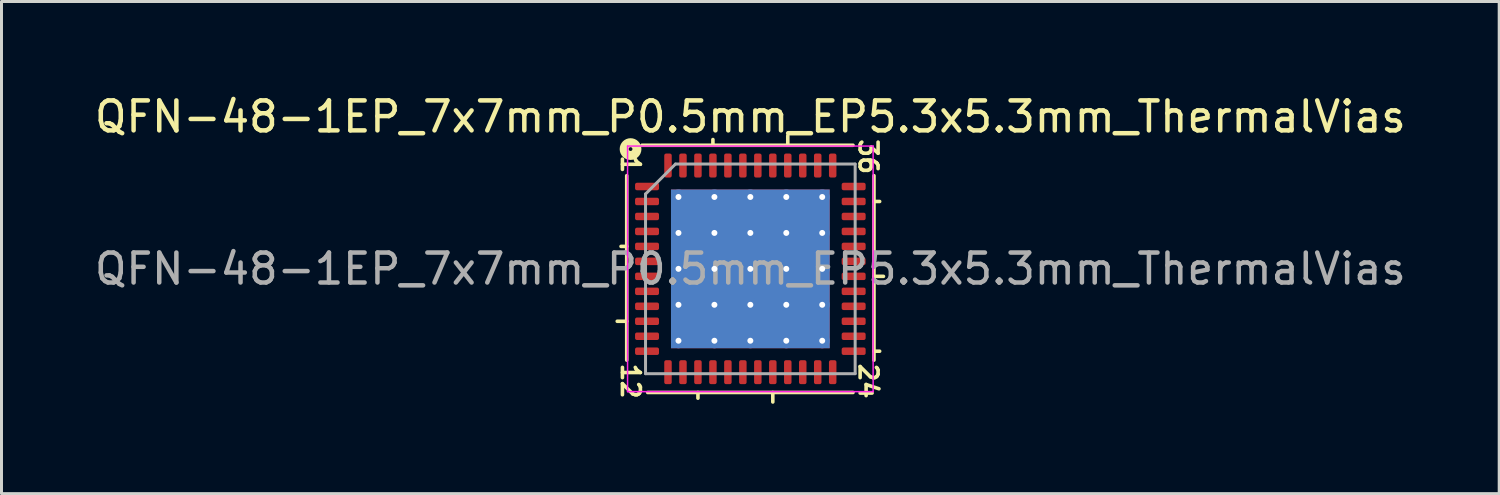
<source format=kicad_pcb>
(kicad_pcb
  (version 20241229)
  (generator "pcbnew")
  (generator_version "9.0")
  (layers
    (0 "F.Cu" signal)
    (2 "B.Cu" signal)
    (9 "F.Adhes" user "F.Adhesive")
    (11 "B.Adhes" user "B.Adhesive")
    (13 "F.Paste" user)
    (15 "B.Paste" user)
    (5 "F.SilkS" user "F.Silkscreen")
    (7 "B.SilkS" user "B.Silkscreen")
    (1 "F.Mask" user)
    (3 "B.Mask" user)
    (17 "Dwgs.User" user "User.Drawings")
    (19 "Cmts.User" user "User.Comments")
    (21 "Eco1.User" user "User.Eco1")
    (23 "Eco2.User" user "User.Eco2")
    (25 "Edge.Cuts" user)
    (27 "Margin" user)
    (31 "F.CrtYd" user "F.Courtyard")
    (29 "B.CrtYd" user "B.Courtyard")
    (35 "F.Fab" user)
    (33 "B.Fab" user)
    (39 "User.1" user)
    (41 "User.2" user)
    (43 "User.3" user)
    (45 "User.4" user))
  (footprint "QFN-48-1EP_7x7mm_P0.5mm_EP5.3x5.3mm_ThermalVias"
    (layer "F.Cu")
    (at 22.006 5.928)
    (property "Reference" "QFN-48-1EP_7x7mm_P0.5mm_EP5.3x5.3mm_ThermalVias" (at 0 -5.08 0) (layer "F.SilkS") (effects (font (size 1 1) (thickness 0.15))))
    (attr smd)
    (fp_line (start -4.128 -3.111) (end -4.128 3.048) (stroke (width 0.12) (type solid)) (layer "F.SilkS"))
    (fp_line (start -4.128 -0.75) (end -4.318 -0.75) (stroke (width 0.12) (type solid)) (layer "F.SilkS"))
    (fp_line (start -4.128 1.75) (end -4.445 1.75) (stroke (width 0.12) (type solid)) (layer "F.SilkS"))
    (fp_line (start -3.429 4.128) (end 3.429 4.128) (stroke (width 0.12) (type solid)) (layer "F.SilkS"))
    (fp_line (start -1.75 4.128) (end -1.75 4.318) (stroke (width 0.12) (type solid)) (layer "F.SilkS"))
    (fp_line (start -1.25 -4.128) (end -1.25 -4.318) (stroke (width 0.12) (type solid)) (layer "F.SilkS"))
    (fp_line (start 0.75 4.128) (end 0.75 4.445) (stroke (width 0.12) (type solid)) (layer "F.SilkS"))
    (fp_line (start 1.25 -4.128) (end 1.25 -4.445) (stroke (width 0.12) (type solid)) (layer "F.SilkS"))
    (fp_line (start 3.429 -4.128) (end -3.619 -4.128) (stroke (width 0.12) (type solid)) (layer "F.SilkS"))
    (fp_line (start 4.128 -2.25) (end 4.318 -2.25) (stroke (width 0.12) (type solid)) (layer "F.SilkS"))
    (fp_line (start 4.128 0.25) (end 4.445 0.25) (stroke (width 0.12) (type solid)) (layer "F.SilkS"))
    (fp_line (start 4.128 2.75) (end 4.318 2.75) (stroke (width 0.12) (type solid)) (layer "F.SilkS"))
    (fp_line (start 4.128 3.048) (end 4.128 -3.111) (stroke (width 0.12) (type solid)) (layer "F.SilkS"))
    (fp_circle (center -4 -4) (end -3.937 -4) (stroke (width 0.3) (type solid)) (fill no) (layer "F.SilkS"))
    (fp_line (start -4.1 -4.1) (end -4.1 4.1) (stroke (width 0.05) (type solid)) (layer "F.CrtYd"))
    (fp_line (start -4.1 4.1) (end 4.1 4.1) (stroke (width 0.05) (type solid)) (layer "F.CrtYd"))
    (fp_line (start 4.1 -4.1) (end -4.1 -4.1) (stroke (width 0.05) (type solid)) (layer "F.CrtYd"))
    (fp_line (start 4.1 4.1) (end 4.1 -4.1) (stroke (width 0.05) (type solid)) (layer "F.CrtYd"))
    (fp_line (start -3.5 -2.5) (end -2.5 -3.5) (stroke (width 0.1) (type solid)) (layer "F.Fab"))
    (fp_line (start -3.5 3.5) (end -3.5 -2.5) (stroke (width 0.1) (type solid)) (layer "F.Fab"))
    (fp_line (start -2.5 -3.5) (end 3.5 -3.5) (stroke (width 0.1) (type solid)) (layer "F.Fab"))
    (fp_line (start 3.5 -3.5) (end 3.5 3.5) (stroke (width 0.1) (type solid)) (layer "F.Fab"))
    (fp_line (start 3.5 3.5) (end -3.5 3.5) (stroke (width 0.1) (type solid)) (layer "F.Fab"))
    (fp_text user "1" (at -4 -3.493 270) (unlocked yes) (layer "F.SilkS") (effects (font (size 0.6 0.6) (thickness 0.12))))
    (fp_text user "36" (at 3.937 -3.747 270) (unlocked yes) (layer "F.SilkS") (effects (font (size 0.6 0.6) (thickness 0.12))))
    (fp_text user "12" (at -4 3.747 270) (unlocked yes) (layer "F.SilkS") (effects (font (size 0.6 0.6) (thickness 0.12))))
    (fp_text user "24" (at 3.937 3.747 270) (unlocked yes) (layer "F.SilkS") (effects (font (size 0.6 0.6) (thickness 0.12))))
    (fp_text user "${REFERENCE}" (at 0 0 0) (layer "F.Fab") (effects (font (size 1 1) (thickness 0.15))))
    (pad "" smd roundrect (at -1.8 -1.8) (size 1.026 1.026) (layers "F.Paste") (roundrect_rratio 0.244))
    (pad "" smd roundrect (at -1.8 -0.6) (size 1.026 1.026) (layers "F.Paste") (roundrect_rratio 0.244))
    (pad "" smd roundrect (at -1.8 0.6) (size 1.026 1.026) (layers "F.Paste") (roundrect_rratio 0.244))
    (pad "" smd roundrect (at -1.8 1.8) (size 1.026 1.026) (layers "F.Paste") (roundrect_rratio 0.244))
    (pad "" smd roundrect (at -0.6 -1.8) (size 1.026 1.026) (layers "F.Paste") (roundrect_rratio 0.244))
    (pad "" smd roundrect (at -0.6 -0.6) (size 1.026 1.026) (layers "F.Paste") (roundrect_rratio 0.244))
    (pad "" smd roundrect (at -0.6 0.6) (size 1.026 1.026) (layers "F.Paste") (roundrect_rratio 0.244))
    (pad "" smd roundrect (at -0.6 1.8) (size 1.026 1.026) (layers "F.Paste") (roundrect_rratio 0.244))
    (pad "" smd roundrect (at 0.6 -1.8) (size 1.026 1.026) (layers "F.Paste") (roundrect_rratio 0.244))
    (pad "" smd roundrect (at 0.6 -0.6) (size 1.026 1.026) (layers "F.Paste") (roundrect_rratio 0.244))
    (pad "" smd roundrect (at 0.6 0.6) (size 1.026 1.026) (layers "F.Paste") (roundrect_rratio 0.244))
    (pad "" smd roundrect (at 0.6 1.8) (size 1.026 1.026) (layers "F.Paste") (roundrect_rratio 0.244))
    (pad "" smd roundrect (at 1.8 -1.8) (size 1.026 1.026) (layers "F.Paste") (roundrect_rratio 0.244))
    (pad "" smd roundrect (at 1.8 -0.6) (size 1.026 1.026) (layers "F.Paste") (roundrect_rratio 0.244))
    (pad "" smd roundrect (at 1.8 0.6) (size 1.026 1.026) (layers "F.Paste") (roundrect_rratio 0.244))
    (pad "" smd roundrect (at 1.8 1.8) (size 1.026 1.026) (layers "F.Paste") (roundrect_rratio 0.244))
    (pad "1" smd roundrect (at -3.45 -2.75) (size 0.8 0.25) (layers "F.Cu" "F.Mask" "F.Paste") (roundrect_rratio 0.25))
    (pad "2" smd roundrect (at -3.45 -2.25) (size 0.8 0.25) (layers "F.Cu" "F.Mask" "F.Paste") (roundrect_rratio 0.25))
    (pad "3" smd roundrect (at -3.45 -1.75) (size 0.8 0.25) (layers "F.Cu" "F.Mask" "F.Paste") (roundrect_rratio 0.25))
    (pad "4" smd roundrect (at -3.45 -1.25) (size 0.8 0.25) (layers "F.Cu" "F.Mask" "F.Paste") (roundrect_rratio 0.25))
    (pad "5" smd roundrect (at -3.45 -0.75) (size 0.8 0.25) (layers "F.Cu" "F.Mask" "F.Paste") (roundrect_rratio 0.25))
    (pad "6" smd roundrect (at -3.45 -0.25) (size 0.8 0.25) (layers "F.Cu" "F.Mask" "F.Paste") (roundrect_rratio 0.25))
    (pad "7" smd roundrect (at -3.45 0.25) (size 0.8 0.25) (layers "F.Cu" "F.Mask" "F.Paste") (roundrect_rratio 0.25))
    (pad "8" smd roundrect (at -3.45 0.75) (size 0.8 0.25) (layers "F.Cu" "F.Mask" "F.Paste") (roundrect_rratio 0.25))
    (pad "9" smd roundrect (at -3.45 1.25) (size 0.8 0.25) (layers "F.Cu" "F.Mask" "F.Paste") (roundrect_rratio 0.25))
    (pad "10" smd roundrect (at -3.45 1.75) (size 0.8 0.25) (layers "F.Cu" "F.Mask" "F.Paste") (roundrect_rratio 0.25))
    (pad "11" smd roundrect (at -3.45 2.25) (size 0.8 0.25) (layers "F.Cu" "F.Mask" "F.Paste") (roundrect_rratio 0.25))
    (pad "12" smd roundrect (at -3.45 2.75) (size 0.8 0.25) (layers "F.Cu" "F.Mask" "F.Paste") (roundrect_rratio 0.25))
    (pad "13" smd roundrect (at -2.75 3.45) (size 0.25 0.8) (layers "F.Cu" "F.Mask" "F.Paste") (roundrect_rratio 0.25))
    (pad "14" smd roundrect (at -2.25 3.45) (size 0.25 0.8) (layers "F.Cu" "F.Mask" "F.Paste") (roundrect_rratio 0.25))
    (pad "15" smd roundrect (at -1.75 3.45) (size 0.25 0.8) (layers "F.Cu" "F.Mask" "F.Paste") (roundrect_rratio 0.25))
    (pad "16" smd roundrect (at -1.25 3.45) (size 0.25 0.8) (layers "F.Cu" "F.Mask" "F.Paste") (roundrect_rratio 0.25))
    (pad "17" smd roundrect (at -0.75 3.45) (size 0.25 0.8) (layers "F.Cu" "F.Mask" "F.Paste") (roundrect_rratio 0.25))
    (pad "18" smd roundrect (at -0.25 3.45) (size 0.25 0.8) (layers "F.Cu" "F.Mask" "F.Paste") (roundrect_rratio 0.25))
    (pad "19" smd roundrect (at 0.25 3.45) (size 0.25 0.8) (layers "F.Cu" "F.Mask" "F.Paste") (roundrect_rratio 0.25))
    (pad "20" smd roundrect (at 0.75 3.45) (size 0.25 0.8) (layers "F.Cu" "F.Mask" "F.Paste") (roundrect_rratio 0.25))
    (pad "21" smd roundrect (at 1.25 3.45) (size 0.25 0.8) (layers "F.Cu" "F.Mask" "F.Paste") (roundrect_rratio 0.25))
    (pad "22" smd roundrect (at 1.75 3.45) (size 0.25 0.8) (layers "F.Cu" "F.Mask" "F.Paste") (roundrect_rratio 0.25))
    (pad "23" smd roundrect (at 2.25 3.45) (size 0.25 0.8) (layers "F.Cu" "F.Mask" "F.Paste") (roundrect_rratio 0.25))
    (pad "24" smd roundrect (at 2.75 3.45) (size 0.25 0.8) (layers "F.Cu" "F.Mask" "F.Paste") (roundrect_rratio 0.25))
    (pad "25" smd roundrect (at 3.45 2.75) (size 0.8 0.25) (layers "F.Cu" "F.Mask" "F.Paste") (roundrect_rratio 0.25))
    (pad "26" smd roundrect (at 3.45 2.25) (size 0.8 0.25) (layers "F.Cu" "F.Mask" "F.Paste") (roundrect_rratio 0.25))
    (pad "27" smd roundrect (at 3.45 1.75) (size 0.8 0.25) (layers "F.Cu" "F.Mask" "F.Paste") (roundrect_rratio 0.25))
    (pad "28" smd roundrect (at 3.45 1.25) (size 0.8 0.25) (layers "F.Cu" "F.Mask" "F.Paste") (roundrect_rratio 0.25))
    (pad "29" smd roundrect (at 3.45 0.75) (size 0.8 0.25) (layers "F.Cu" "F.Mask" "F.Paste") (roundrect_rratio 0.25))
    (pad "30" smd roundrect (at 3.45 0.25) (size 0.8 0.25) (layers "F.Cu" "F.Mask" "F.Paste") (roundrect_rratio 0.25))
    (pad "31" smd roundrect (at 3.45 -0.25) (size 0.8 0.25) (layers "F.Cu" "F.Mask" "F.Paste") (roundrect_rratio 0.25))
    (pad "32" smd roundrect (at 3.45 -0.75) (size 0.8 0.25) (layers "F.Cu" "F.Mask" "F.Paste") (roundrect_rratio 0.25))
    (pad "33" smd roundrect (at 3.45 -1.25) (size 0.8 0.25) (layers "F.Cu" "F.Mask" "F.Paste") (roundrect_rratio 0.25))
    (pad "34" smd roundrect (at 3.45 -1.75) (size 0.8 0.25) (layers "F.Cu" "F.Mask" "F.Paste") (roundrect_rratio 0.25))
    (pad "35" smd roundrect (at 3.45 -2.25) (size 0.8 0.25) (layers "F.Cu" "F.Mask" "F.Paste") (roundrect_rratio 0.25))
    (pad "36" smd roundrect (at 3.45 -2.75) (size 0.8 0.25) (layers "F.Cu" "F.Mask" "F.Paste") (roundrect_rratio 0.25))
    (pad "37" smd roundrect (at 2.75 -3.45) (size 0.25 0.8) (layers "F.Cu" "F.Mask" "F.Paste") (roundrect_rratio 0.25))
    (pad "38" smd roundrect (at 2.25 -3.45) (size 0.25 0.8) (layers "F.Cu" "F.Mask" "F.Paste") (roundrect_rratio 0.25))
    (pad "39" smd roundrect (at 1.75 -3.45) (size 0.25 0.8) (layers "F.Cu" "F.Mask" "F.Paste") (roundrect_rratio 0.25))
    (pad "40" smd roundrect (at 1.25 -3.45) (size 0.25 0.8) (layers "F.Cu" "F.Mask" "F.Paste") (roundrect_rratio 0.25))
    (pad "41" smd roundrect (at 0.75 -3.45) (size 0.25 0.8) (layers "F.Cu" "F.Mask" "F.Paste") (roundrect_rratio 0.25))
    (pad "42" smd roundrect (at 0.25 -3.45) (size 0.25 0.8) (layers "F.Cu" "F.Mask" "F.Paste") (roundrect_rratio 0.25))
    (pad "43" smd roundrect (at -0.25 -3.45) (size 0.25 0.8) (layers "F.Cu" "F.Mask" "F.Paste") (roundrect_rratio 0.25))
    (pad "44" smd roundrect (at -0.75 -3.45) (size 0.25 0.8) (layers "F.Cu" "F.Mask" "F.Paste") (roundrect_rratio 0.25))
    (pad "45" smd roundrect (at -1.25 -3.45) (size 0.25 0.8) (layers "F.Cu" "F.Mask" "F.Paste") (roundrect_rratio 0.25))
    (pad "46" smd roundrect (at -1.75 -3.45) (size 0.25 0.8) (layers "F.Cu" "F.Mask" "F.Paste") (roundrect_rratio 0.25))
    (pad "47" smd roundrect (at -2.25 -3.45) (size 0.25 0.8) (layers "F.Cu" "F.Mask" "F.Paste") (roundrect_rratio 0.25))
    (pad "48" smd roundrect (at -2.75 -3.45) (size 0.25 0.8) (layers "F.Cu" "F.Mask" "F.Paste") (roundrect_rratio 0.25))
    (pad "49" thru_hole circle (at -2.4 -2.4) (size 0.5 0.5) (drill 0.2) (layers "*.Cu"))
    (pad "49" thru_hole circle (at -2.4 -1.2) (size 0.5 0.5) (drill 0.2) (layers "*.Cu"))
    (pad "49" thru_hole circle (at -2.4 0) (size 0.5 0.5) (drill 0.2) (layers "*.Cu"))
    (pad "49" thru_hole circle (at -2.4 1.2) (size 0.5 0.5) (drill 0.2) (layers "*.Cu"))
    (pad "49" thru_hole circle (at -2.4 2.4) (size 0.5 0.5) (drill 0.2) (layers "*.Cu"))
    (pad "49" thru_hole circle (at -1.2 -2.4) (size 0.5 0.5) (drill 0.2) (layers "*.Cu"))
    (pad "49" thru_hole circle (at -1.2 -1.2) (size 0.5 0.5) (drill 0.2) (layers "*.Cu"))
    (pad "49" thru_hole circle (at -1.2 0) (size 0.5 0.5) (drill 0.2) (layers "*.Cu"))
    (pad "49" thru_hole circle (at -1.2 1.2) (size 0.5 0.5) (drill 0.2) (layers "*.Cu"))
    (pad "49" thru_hole circle (at -1.2 2.4) (size 0.5 0.5) (drill 0.2) (layers "*.Cu"))
    (pad "49" thru_hole circle (at 0 -2.4) (size 0.5 0.5) (drill 0.2) (layers "*.Cu"))
    (pad "49" thru_hole circle (at 0 -1.2) (size 0.5 0.5) (drill 0.2) (layers "*.Cu"))
    (pad "49" thru_hole circle (at 0 0) (size 0.5 0.5) (drill 0.2) (layers "*.Cu"))
    (pad "49" smd rect (at 0 0) (size 5.3 5.3) (layers "F.Cu" "F.Mask"))
    (pad "49" smd rect (at 0 0) (size 5.3 5.3) (layers "B.Cu" "B.Mask"))
    (pad "49" thru_hole circle (at 0 1.2) (size 0.5 0.5) (drill 0.2) (layers "*.Cu"))
    (pad "49" thru_hole circle (at 0 2.4) (size 0.5 0.5) (drill 0.2) (layers "*.Cu"))
    (pad "49" thru_hole circle (at 1.2 -2.4) (size 0.5 0.5) (drill 0.2) (layers "*.Cu"))
    (pad "49" thru_hole circle (at 1.2 -1.2) (size 0.5 0.5) (drill 0.2) (layers "*.Cu"))
    (pad "49" thru_hole circle (at 1.2 0) (size 0.5 0.5) (drill 0.2) (layers "*.Cu"))
    (pad "49" thru_hole circle (at 1.2 1.2) (size 0.5 0.5) (drill 0.2) (layers "*.Cu"))
    (pad "49" thru_hole circle (at 1.2 2.4) (size 0.5 0.5) (drill 0.2) (layers "*.Cu"))
    (pad "49" thru_hole circle (at 2.4 -2.4) (size 0.5 0.5) (drill 0.2) (layers "*.Cu"))
    (pad "49" thru_hole circle (at 2.4 -1.2) (size 0.5 0.5) (drill 0.2) (layers "*.Cu"))
    (pad "49" thru_hole circle (at 2.4 0) (size 0.5 0.5) (drill 0.2) (layers "*.Cu"))
    (pad "49" thru_hole circle (at 2.4 1.2) (size 0.5 0.5) (drill 0.2) (layers "*.Cu"))
    (pad "49" thru_hole circle (at 2.4 2.4) (size 0.5 0.5) (drill 0.2) (layers "*.Cu")))
  (gr_rect
    (start -3 -3)
    (end 47.012 13.433)
    (stroke (width 0.1) (type default))
    (fill no)
    (layer "Edge.Cuts")))
</source>
